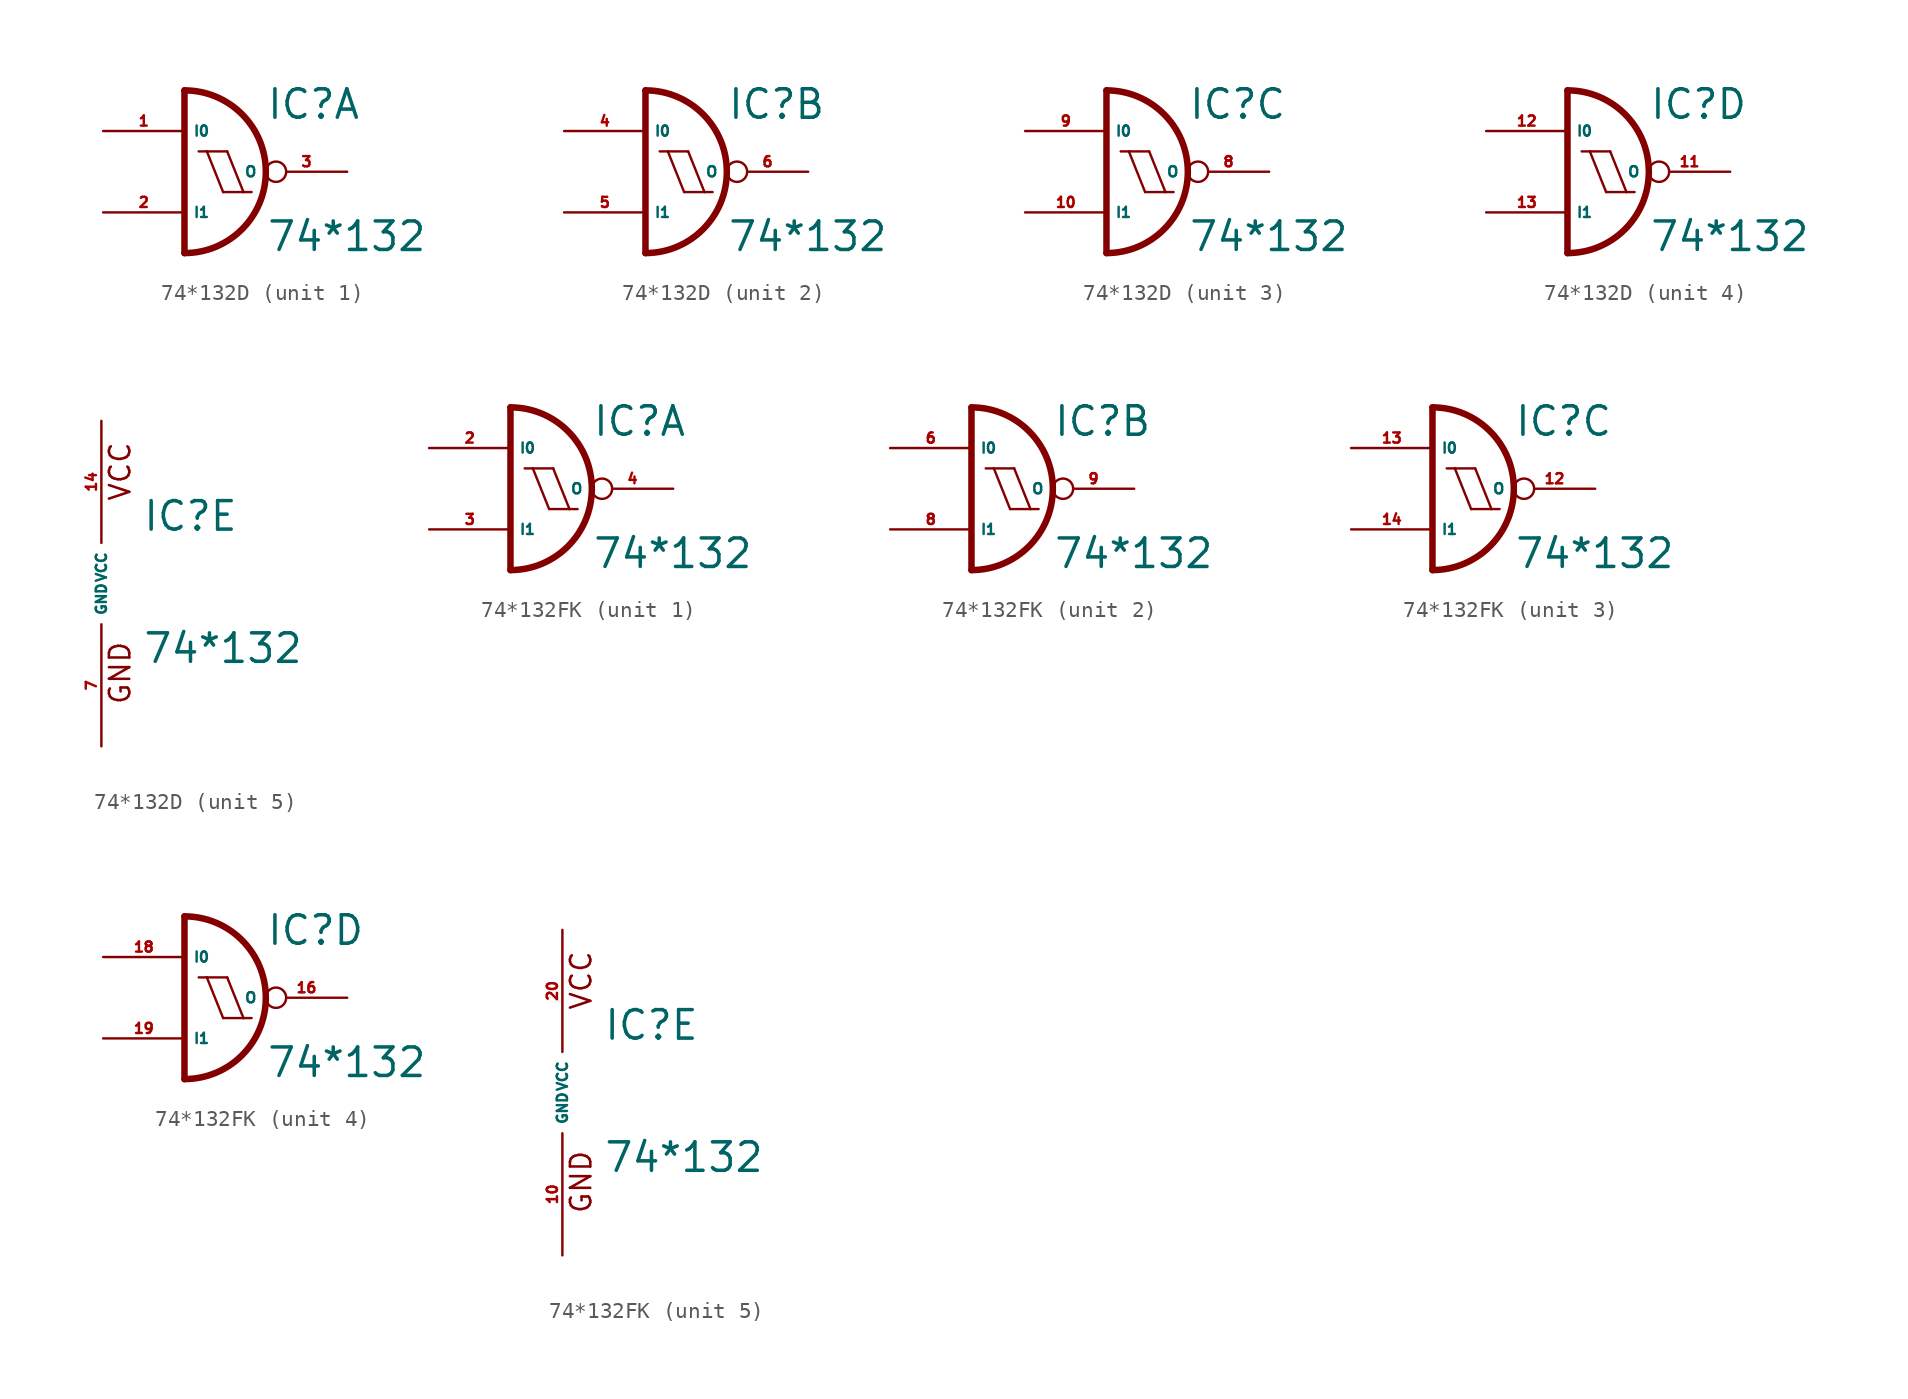
<source format=kicad_sym>
(kicad_symbol_lib
  (version 20220914)
  (generator Eagle2Kicad)
  (symbol "74*132D"
    (property "Reference" "IC"
      (at 2.54 3.175 0)
      (effects (font (size 1.778 1.778) (thickness 0.22)) (justify left bottom)))
    (property "Value" "74*132"
      (at 2.54 -5.08 0)
      (effects (font (size 1.778 1.778) (thickness 0.22)) (justify left bottom)))
    (symbol "74*132D_1_0"
      (polyline (pts (xy -2.54 5.08) (xy -2.54 -5.08)) (stroke (width 0.406) (type default)) (fill (type none)))
      (arc (start -2.54 -5.08) (mid 2.540 0.000) (end -2.54 5.08) (stroke (width 0.4064) (type default)) (fill (type none)))
      (polyline (pts (xy 1.143 -1.27) (xy 0.127 1.27)) (stroke (width 0.152) (type default)) (fill (type none)))
      (polyline (pts (xy -0.127 -1.27) (xy -1.143 1.27)) (stroke (width 0.152) (type default)) (fill (type none)))
      (polyline (pts (xy -0.127 -1.27) (xy 1.143 -1.27)) (stroke (width 0.152) (type default)) (fill (type none)))
      (polyline (pts (xy 1.143 -1.27) (xy 1.651 -1.27)) (stroke (width 0.152) (type default)) (fill (type none)))
      (polyline (pts (xy -1.651 1.27) (xy -1.143 1.27)) (stroke (width 0.152) (type default)) (fill (type none)))
      (polyline (pts (xy -1.143 1.27) (xy 0.127 1.27)) (stroke (width 0.152) (type default)) (fill (type none)))
      (pin input line (at -7.62 2.54 0) (length 5.08) (name "I0" (effects (font (size 0.635 0.635) (thickness 0.08)) (justify left bottom))) (number "1" (effects (font (size 0.635 0.635) (thickness 0.08)) (justify left bottom))))
      (pin input line (at -7.62 -2.54 0) (length 5.08) (name "I1" (effects (font (size 0.635 0.635) (thickness 0.08)) (justify left bottom))) (number "2" (effects (font (size 0.635 0.635) (thickness 0.08)) (justify left bottom))))
      (pin output inverted (at 7.62 0 180) (length 5.08) (name "O" (effects (font (size 0.635 0.635) (thickness 0.08)) (justify left bottom))) (number "3" (effects (font (size 0.635 0.635) (thickness 0.08)) (justify left bottom)))))
    (symbol "74*132D_2_0"
      (polyline (pts (xy -2.54 5.08) (xy -2.54 -5.08)) (stroke (width 0.406) (type default)) (fill (type none)))
      (arc (start -2.54 -5.08) (mid 2.540 0.000) (end -2.54 5.08) (stroke (width 0.4064) (type default)) (fill (type none)))
      (polyline (pts (xy 1.143 -1.27) (xy 0.127 1.27)) (stroke (width 0.152) (type default)) (fill (type none)))
      (polyline (pts (xy -0.127 -1.27) (xy -1.143 1.27)) (stroke (width 0.152) (type default)) (fill (type none)))
      (polyline (pts (xy -0.127 -1.27) (xy 1.143 -1.27)) (stroke (width 0.152) (type default)) (fill (type none)))
      (polyline (pts (xy 1.143 -1.27) (xy 1.651 -1.27)) (stroke (width 0.152) (type default)) (fill (type none)))
      (polyline (pts (xy -1.651 1.27) (xy -1.143 1.27)) (stroke (width 0.152) (type default)) (fill (type none)))
      (polyline (pts (xy -1.143 1.27) (xy 0.127 1.27)) (stroke (width 0.152) (type default)) (fill (type none)))
      (pin input line (at -7.62 2.54 0) (length 5.08) (name "I0" (effects (font (size 0.635 0.635) (thickness 0.08)) (justify left bottom))) (number "4" (effects (font (size 0.635 0.635) (thickness 0.08)) (justify left bottom))))
      (pin input line (at -7.62 -2.54 0) (length 5.08) (name "I1" (effects (font (size 0.635 0.635) (thickness 0.08)) (justify left bottom))) (number "5" (effects (font (size 0.635 0.635) (thickness 0.08)) (justify left bottom))))
      (pin output inverted (at 7.62 0 180) (length 5.08) (name "O" (effects (font (size 0.635 0.635) (thickness 0.08)) (justify left bottom))) (number "6" (effects (font (size 0.635 0.635) (thickness 0.08)) (justify left bottom)))))
    (symbol "74*132D_3_0"
      (polyline (pts (xy -2.54 5.08) (xy -2.54 -5.08)) (stroke (width 0.406) (type default)) (fill (type none)))
      (arc (start -2.54 -5.08) (mid 2.540 0.000) (end -2.54 5.08) (stroke (width 0.4064) (type default)) (fill (type none)))
      (polyline (pts (xy 1.143 -1.27) (xy 0.127 1.27)) (stroke (width 0.152) (type default)) (fill (type none)))
      (polyline (pts (xy -0.127 -1.27) (xy -1.143 1.27)) (stroke (width 0.152) (type default)) (fill (type none)))
      (polyline (pts (xy -0.127 -1.27) (xy 1.143 -1.27)) (stroke (width 0.152) (type default)) (fill (type none)))
      (polyline (pts (xy 1.143 -1.27) (xy 1.651 -1.27)) (stroke (width 0.152) (type default)) (fill (type none)))
      (polyline (pts (xy -1.651 1.27) (xy -1.143 1.27)) (stroke (width 0.152) (type default)) (fill (type none)))
      (polyline (pts (xy -1.143 1.27) (xy 0.127 1.27)) (stroke (width 0.152) (type default)) (fill (type none)))
      (pin input line (at -7.62 2.54 0) (length 5.08) (name "I0" (effects (font (size 0.635 0.635) (thickness 0.08)) (justify left bottom))) (number "9" (effects (font (size 0.635 0.635) (thickness 0.08)) (justify left bottom))))
      (pin input line (at -7.62 -2.54 0) (length 5.08) (name "I1" (effects (font (size 0.635 0.635) (thickness 0.08)) (justify left bottom))) (number "10" (effects (font (size 0.635 0.635) (thickness 0.08)) (justify left bottom))))
      (pin output inverted (at 7.62 0 180) (length 5.08) (name "O" (effects (font (size 0.635 0.635) (thickness 0.08)) (justify left bottom))) (number "8" (effects (font (size 0.635 0.635) (thickness 0.08)) (justify left bottom)))))
    (symbol "74*132D_4_0"
      (polyline (pts (xy -2.54 5.08) (xy -2.54 -5.08)) (stroke (width 0.406) (type default)) (fill (type none)))
      (arc (start -2.54 -5.08) (mid 2.540 0.000) (end -2.54 5.08) (stroke (width 0.4064) (type default)) (fill (type none)))
      (polyline (pts (xy 1.143 -1.27) (xy 0.127 1.27)) (stroke (width 0.152) (type default)) (fill (type none)))
      (polyline (pts (xy -0.127 -1.27) (xy -1.143 1.27)) (stroke (width 0.152) (type default)) (fill (type none)))
      (polyline (pts (xy -0.127 -1.27) (xy 1.143 -1.27)) (stroke (width 0.152) (type default)) (fill (type none)))
      (polyline (pts (xy 1.143 -1.27) (xy 1.651 -1.27)) (stroke (width 0.152) (type default)) (fill (type none)))
      (polyline (pts (xy -1.651 1.27) (xy -1.143 1.27)) (stroke (width 0.152) (type default)) (fill (type none)))
      (polyline (pts (xy -1.143 1.27) (xy 0.127 1.27)) (stroke (width 0.152) (type default)) (fill (type none)))
      (pin input line (at -7.62 2.54 0) (length 5.08) (name "I0" (effects (font (size 0.635 0.635) (thickness 0.08)) (justify left bottom))) (number "12" (effects (font (size 0.635 0.635) (thickness 0.08)) (justify left bottom))))
      (pin input line (at -7.62 -2.54 0) (length 5.08) (name "I1" (effects (font (size 0.635 0.635) (thickness 0.08)) (justify left bottom))) (number "13" (effects (font (size 0.635 0.635) (thickness 0.08)) (justify left bottom))))
      (pin output inverted (at 7.62 0 180) (length 5.08) (name "O" (effects (font (size 0.635 0.635) (thickness 0.08)) (justify left bottom))) (number "11" (effects (font (size 0.635 0.635) (thickness 0.08)) (justify left bottom)))))
    (symbol "74*132D_5_0"
      (text "GND" (at 1.905 -7.62 900) (effects (font (size 1.27 1.27) (thickness 0.16)) (justify left bottom)))
      (text "VCC" (at 1.905 5.08 900) (effects (font (size 1.27 1.27) (thickness 0.16)) (justify left bottom)))
      (pin unspecified line (at 0 -10.16 90) (length 7.62) (name "GND" (effects (font (size 0.635 0.635) (thickness 0.08)) (justify left bottom))) (number "7" (effects (font (size 0.635 0.635) (thickness 0.08)) (justify left bottom))))
      (pin unspecified line (at 0 10.16 270) (length 7.62) (name "VCC" (effects (font (size 0.635 0.635) (thickness 0.08)) (justify left bottom))) (number "14" (effects (font (size 0.635 0.635) (thickness 0.08)) (justify left bottom))))))
  (symbol "74*132FK"
    (property "Reference" "IC"
      (at 2.54 3.175 0)
      (effects (font (size 1.778 1.778) (thickness 0.22)) (justify left bottom)))
    (property "Value" "74*132"
      (at 2.54 -5.08 0)
      (effects (font (size 1.778 1.778) (thickness 0.22)) (justify left bottom)))
    (symbol "74*132FK_1_0"
      (polyline (pts (xy -2.54 5.08) (xy -2.54 -5.08)) (stroke (width 0.406) (type default)) (fill (type none)))
      (arc (start -2.54 -5.08) (mid 2.540 0.000) (end -2.54 5.08) (stroke (width 0.4064) (type default)) (fill (type none)))
      (polyline (pts (xy 1.143 -1.27) (xy 0.127 1.27)) (stroke (width 0.152) (type default)) (fill (type none)))
      (polyline (pts (xy -0.127 -1.27) (xy -1.143 1.27)) (stroke (width 0.152) (type default)) (fill (type none)))
      (polyline (pts (xy -0.127 -1.27) (xy 1.143 -1.27)) (stroke (width 0.152) (type default)) (fill (type none)))
      (polyline (pts (xy 1.143 -1.27) (xy 1.651 -1.27)) (stroke (width 0.152) (type default)) (fill (type none)))
      (polyline (pts (xy -1.651 1.27) (xy -1.143 1.27)) (stroke (width 0.152) (type default)) (fill (type none)))
      (polyline (pts (xy -1.143 1.27) (xy 0.127 1.27)) (stroke (width 0.152) (type default)) (fill (type none)))
      (pin input line (at -7.62 2.54 0) (length 5.08) (name "I0" (effects (font (size 0.635 0.635) (thickness 0.08)) (justify left bottom))) (number "2" (effects (font (size 0.635 0.635) (thickness 0.08)) (justify left bottom))))
      (pin input line (at -7.62 -2.54 0) (length 5.08) (name "I1" (effects (font (size 0.635 0.635) (thickness 0.08)) (justify left bottom))) (number "3" (effects (font (size 0.635 0.635) (thickness 0.08)) (justify left bottom))))
      (pin output inverted (at 7.62 0 180) (length 5.08) (name "O" (effects (font (size 0.635 0.635) (thickness 0.08)) (justify left bottom))) (number "4" (effects (font (size 0.635 0.635) (thickness 0.08)) (justify left bottom)))))
    (symbol "74*132FK_2_0"
      (polyline (pts (xy -2.54 5.08) (xy -2.54 -5.08)) (stroke (width 0.406) (type default)) (fill (type none)))
      (arc (start -2.54 -5.08) (mid 2.540 0.000) (end -2.54 5.08) (stroke (width 0.4064) (type default)) (fill (type none)))
      (polyline (pts (xy 1.143 -1.27) (xy 0.127 1.27)) (stroke (width 0.152) (type default)) (fill (type none)))
      (polyline (pts (xy -0.127 -1.27) (xy -1.143 1.27)) (stroke (width 0.152) (type default)) (fill (type none)))
      (polyline (pts (xy -0.127 -1.27) (xy 1.143 -1.27)) (stroke (width 0.152) (type default)) (fill (type none)))
      (polyline (pts (xy 1.143 -1.27) (xy 1.651 -1.27)) (stroke (width 0.152) (type default)) (fill (type none)))
      (polyline (pts (xy -1.651 1.27) (xy -1.143 1.27)) (stroke (width 0.152) (type default)) (fill (type none)))
      (polyline (pts (xy -1.143 1.27) (xy 0.127 1.27)) (stroke (width 0.152) (type default)) (fill (type none)))
      (pin input line (at -7.62 2.54 0) (length 5.08) (name "I0" (effects (font (size 0.635 0.635) (thickness 0.08)) (justify left bottom))) (number "6" (effects (font (size 0.635 0.635) (thickness 0.08)) (justify left bottom))))
      (pin input line (at -7.62 -2.54 0) (length 5.08) (name "I1" (effects (font (size 0.635 0.635) (thickness 0.08)) (justify left bottom))) (number "8" (effects (font (size 0.635 0.635) (thickness 0.08)) (justify left bottom))))
      (pin output inverted (at 7.62 0 180) (length 5.08) (name "O" (effects (font (size 0.635 0.635) (thickness 0.08)) (justify left bottom))) (number "9" (effects (font (size 0.635 0.635) (thickness 0.08)) (justify left bottom)))))
    (symbol "74*132FK_3_0"
      (polyline (pts (xy -2.54 5.08) (xy -2.54 -5.08)) (stroke (width 0.406) (type default)) (fill (type none)))
      (arc (start -2.54 -5.08) (mid 2.540 0.000) (end -2.54 5.08) (stroke (width 0.4064) (type default)) (fill (type none)))
      (polyline (pts (xy 1.143 -1.27) (xy 0.127 1.27)) (stroke (width 0.152) (type default)) (fill (type none)))
      (polyline (pts (xy -0.127 -1.27) (xy -1.143 1.27)) (stroke (width 0.152) (type default)) (fill (type none)))
      (polyline (pts (xy -0.127 -1.27) (xy 1.143 -1.27)) (stroke (width 0.152) (type default)) (fill (type none)))
      (polyline (pts (xy 1.143 -1.27) (xy 1.651 -1.27)) (stroke (width 0.152) (type default)) (fill (type none)))
      (polyline (pts (xy -1.651 1.27) (xy -1.143 1.27)) (stroke (width 0.152) (type default)) (fill (type none)))
      (polyline (pts (xy -1.143 1.27) (xy 0.127 1.27)) (stroke (width 0.152) (type default)) (fill (type none)))
      (pin input line (at -7.62 2.54 0) (length 5.08) (name "I0" (effects (font (size 0.635 0.635) (thickness 0.08)) (justify left bottom))) (number "13" (effects (font (size 0.635 0.635) (thickness 0.08)) (justify left bottom))))
      (pin input line (at -7.62 -2.54 0) (length 5.08) (name "I1" (effects (font (size 0.635 0.635) (thickness 0.08)) (justify left bottom))) (number "14" (effects (font (size 0.635 0.635) (thickness 0.08)) (justify left bottom))))
      (pin output inverted (at 7.62 0 180) (length 5.08) (name "O" (effects (font (size 0.635 0.635) (thickness 0.08)) (justify left bottom))) (number "12" (effects (font (size 0.635 0.635) (thickness 0.08)) (justify left bottom)))))
    (symbol "74*132FK_4_0"
      (polyline (pts (xy -2.54 5.08) (xy -2.54 -5.08)) (stroke (width 0.406) (type default)) (fill (type none)))
      (arc (start -2.54 -5.08) (mid 2.540 0.000) (end -2.54 5.08) (stroke (width 0.4064) (type default)) (fill (type none)))
      (polyline (pts (xy 1.143 -1.27) (xy 0.127 1.27)) (stroke (width 0.152) (type default)) (fill (type none)))
      (polyline (pts (xy -0.127 -1.27) (xy -1.143 1.27)) (stroke (width 0.152) (type default)) (fill (type none)))
      (polyline (pts (xy -0.127 -1.27) (xy 1.143 -1.27)) (stroke (width 0.152) (type default)) (fill (type none)))
      (polyline (pts (xy 1.143 -1.27) (xy 1.651 -1.27)) (stroke (width 0.152) (type default)) (fill (type none)))
      (polyline (pts (xy -1.651 1.27) (xy -1.143 1.27)) (stroke (width 0.152) (type default)) (fill (type none)))
      (polyline (pts (xy -1.143 1.27) (xy 0.127 1.27)) (stroke (width 0.152) (type default)) (fill (type none)))
      (pin input line (at -7.62 2.54 0) (length 5.08) (name "I0" (effects (font (size 0.635 0.635) (thickness 0.08)) (justify left bottom))) (number "18" (effects (font (size 0.635 0.635) (thickness 0.08)) (justify left bottom))))
      (pin input line (at -7.62 -2.54 0) (length 5.08) (name "I1" (effects (font (size 0.635 0.635) (thickness 0.08)) (justify left bottom))) (number "19" (effects (font (size 0.635 0.635) (thickness 0.08)) (justify left bottom))))
      (pin output inverted (at 7.62 0 180) (length 5.08) (name "O" (effects (font (size 0.635 0.635) (thickness 0.08)) (justify left bottom))) (number "16" (effects (font (size 0.635 0.635) (thickness 0.08)) (justify left bottom)))))
    (symbol "74*132FK_5_0"
      (text "GND" (at 1.905 -7.62 900) (effects (font (size 1.27 1.27) (thickness 0.16)) (justify left bottom)))
      (text "VCC" (at 1.905 5.08 900) (effects (font (size 1.27 1.27) (thickness 0.16)) (justify left bottom)))
      (pin unspecified line (at 0 -10.16 90) (length 7.62) (name "GND" (effects (font (size 0.635 0.635) (thickness 0.08)) (justify left bottom))) (number "10" (effects (font (size 0.635 0.635) (thickness 0.08)) (justify left bottom))))
      (pin unspecified line (at 0 10.16 270) (length 7.62) (name "VCC" (effects (font (size 0.635 0.635) (thickness 0.08)) (justify left bottom))) (number "20" (effects (font (size 0.635 0.635) (thickness 0.08)) (justify left bottom)))))))
</source>
